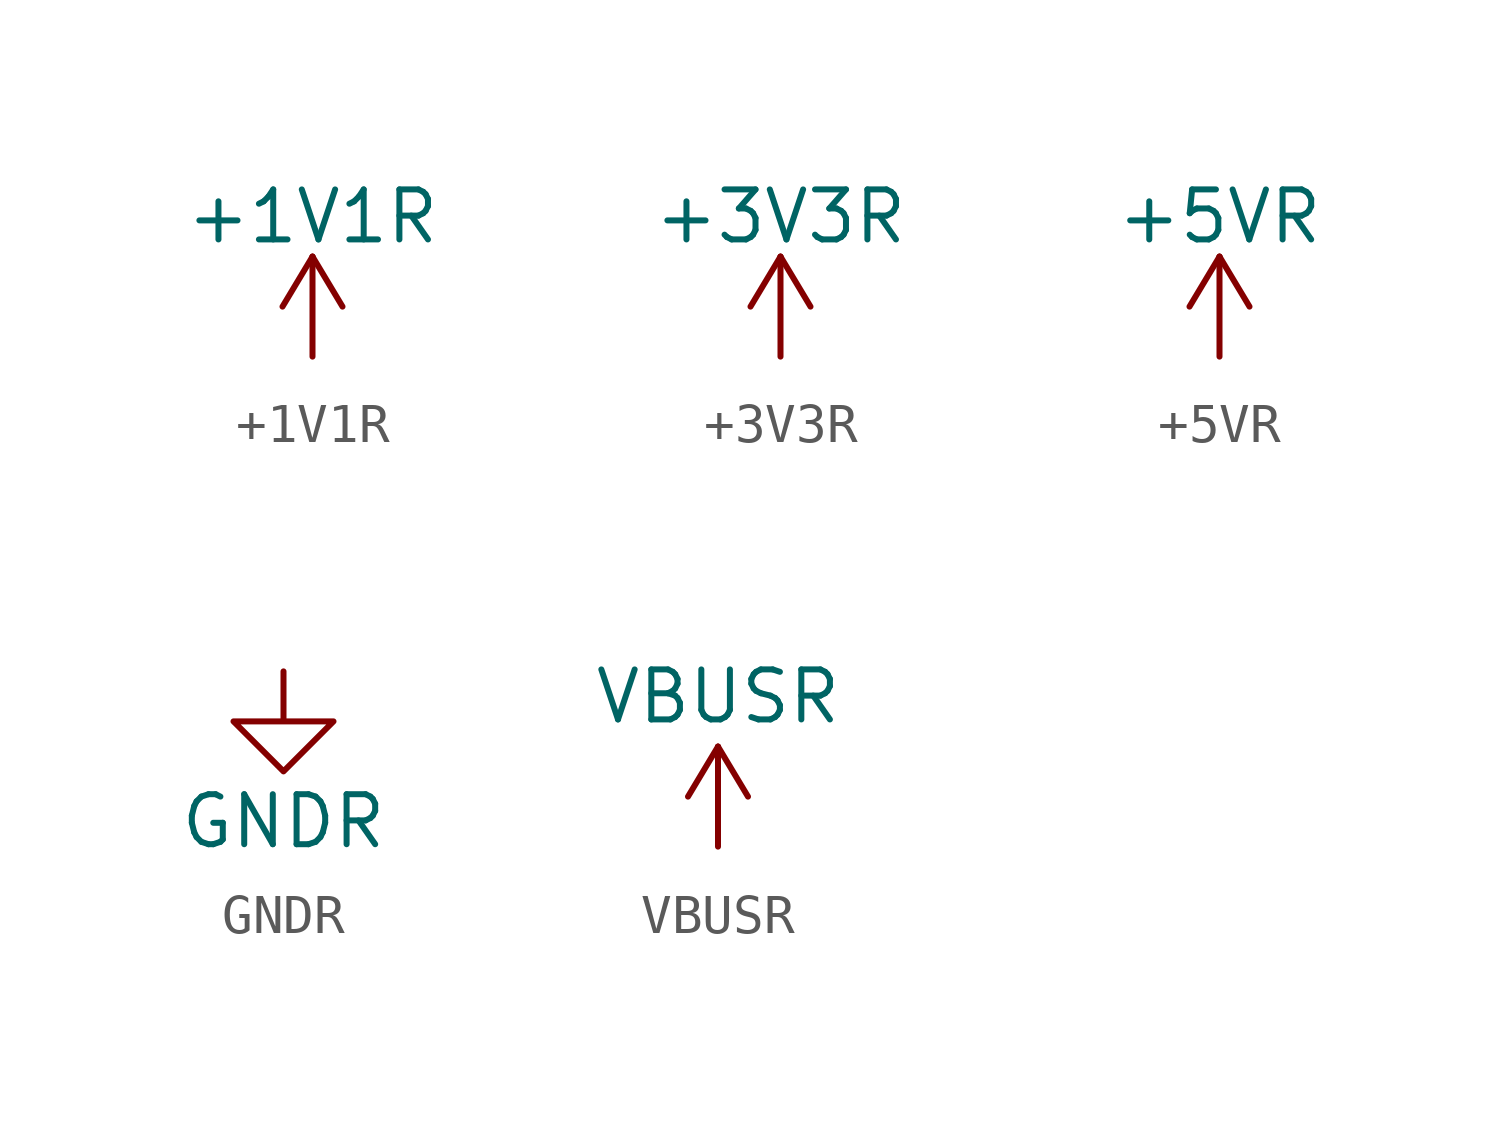
<source format=kicad_sym>
(kicad_symbol_lib
  (version 20231120)
  (generator "kicad_symbol_editor")
  (generator_version "8.0")
  (symbol "+1V1R"
    (power)
    (pin_names
      (offset 0))
    (property "Reference" "#PWR"
      (at 0 -3.81 0)
      (effects (font (size 1.27 1.27)) (hide yes)))
    (property "Value" "+1V1R"
      (at 0 3.556 0)
      (effects (font (size 1.27 1.27))))
    (symbol "+1V1R_0_1"
      (polyline (pts (xy -0.762 1.27) (xy 0 2.54)) (stroke (width 0) (type default)) (fill (type none)))
      (polyline (pts (xy 0 0) (xy 0 2.54)) (stroke (width 0) (type default)) (fill (type none)))
      (polyline (pts (xy 0 2.54) (xy 0.762 1.27)) (stroke (width 0) (type default)) (fill (type none))))
    (symbol "+1V1R_1_1"
      (pin power_in line (at 0 0 90) (length 0) hide (name "+1V1R" (effects (font (size 1.27 1.27)))) (number "1" (effects (font (size 1.27 1.27)))))))
  (symbol "+3V3R"
    (power)
    (pin_names
      (offset 0))
    (property "Reference" "#PWR"
      (at 0 -3.81 0)
      (effects (font (size 1.27 1.27)) (hide yes)))
    (property "Value" "+3V3R"
      (at 0 3.556 0)
      (effects (font (size 1.27 1.27))))
    (symbol "+3V3R_0_1"
      (polyline (pts (xy -0.762 1.27) (xy 0 2.54)) (stroke (width 0) (type default)) (fill (type none)))
      (polyline (pts (xy 0 0) (xy 0 2.54)) (stroke (width 0) (type default)) (fill (type none)))
      (polyline (pts (xy 0 2.54) (xy 0.762 1.27)) (stroke (width 0) (type default)) (fill (type none))))
    (symbol "+3V3R_1_1"
      (pin power_in line (at 0 0 90) (length 0) hide (name "+3V3R" (effects (font (size 1.27 1.27)))) (number "1" (effects (font (size 1.27 1.27)))))))
  (symbol "+5VR"
    (power)
    (pin_names
      (offset 0))
    (property "Reference" "#PWR"
      (at 0 -3.81 0)
      (effects (font (size 1.27 1.27)) (hide yes)))
    (property "Value" "+5VR"
      (at 0 3.556 0)
      (effects (font (size 1.27 1.27))))
    (symbol "+5VR_0_1"
      (polyline (pts (xy -0.762 1.27) (xy 0 2.54)) (stroke (width 0) (type default)) (fill (type none)))
      (polyline (pts (xy 0 0) (xy 0 2.54)) (stroke (width 0) (type default)) (fill (type none)))
      (polyline (pts (xy 0 2.54) (xy 0.762 1.27)) (stroke (width 0) (type default)) (fill (type none))))
    (symbol "+5VR_1_1"
      (pin power_in line (at 0 0 90) (length 0) hide (name "+5VR" (effects (font (size 1.27 1.27)))) (number "1" (effects (font (size 1.27 1.27)))))))
  (symbol "GNDR"
    (power)
    (pin_names
      (offset 0))
    (property "Reference" "#PWR"
      (at 0 -6.35 0)
      (effects (font (size 1.27 1.27)) (hide yes)))
    (property "Value" "GNDR"
      (at 0 -3.81 0)
      (effects (font (size 1.27 1.27))))
    (symbol "GNDR_0_1"
      (polyline (pts (xy 0 0) (xy 0 -1.27) (xy 1.27 -1.27) (xy 0 -2.54) (xy -1.27 -1.27) (xy 0 -1.27)) (stroke (width 0) (type default)) (fill (type none))))
    (symbol "GNDR_1_1"
      (pin power_in line (at 0 0 270) (length 0) hide (name "GNDR" (effects (font (size 1.27 1.27)))) (number "1" (effects (font (size 1.27 1.27)))))))
  (symbol "VBUSR"
    (power)
    (pin_names
      (offset 0))
    (property "Reference" "#PWR"
      (at 0 -3.81 0)
      (effects (font (size 1.27 1.27)) (hide yes)))
    (property "Value" "VBUSR"
      (at 0 3.81 0)
      (effects (font (size 1.27 1.27))))
    (symbol "VBUSR_0_1"
      (polyline (pts (xy -0.762 1.27) (xy 0 2.54)) (stroke (width 0) (type default)) (fill (type none)))
      (polyline (pts (xy 0 0) (xy 0 2.54)) (stroke (width 0) (type default)) (fill (type none)))
      (polyline (pts (xy 0 2.54) (xy 0.762 1.27)) (stroke (width 0) (type default)) (fill (type none))))
    (symbol "VBUSR_1_1"
      (pin power_in line (at 0 0 90) (length 0) hide (name "VBUSR" (effects (font (size 1.27 1.27)))) (number "1" (effects (font (size 1.27 1.27))))))))
</source>
